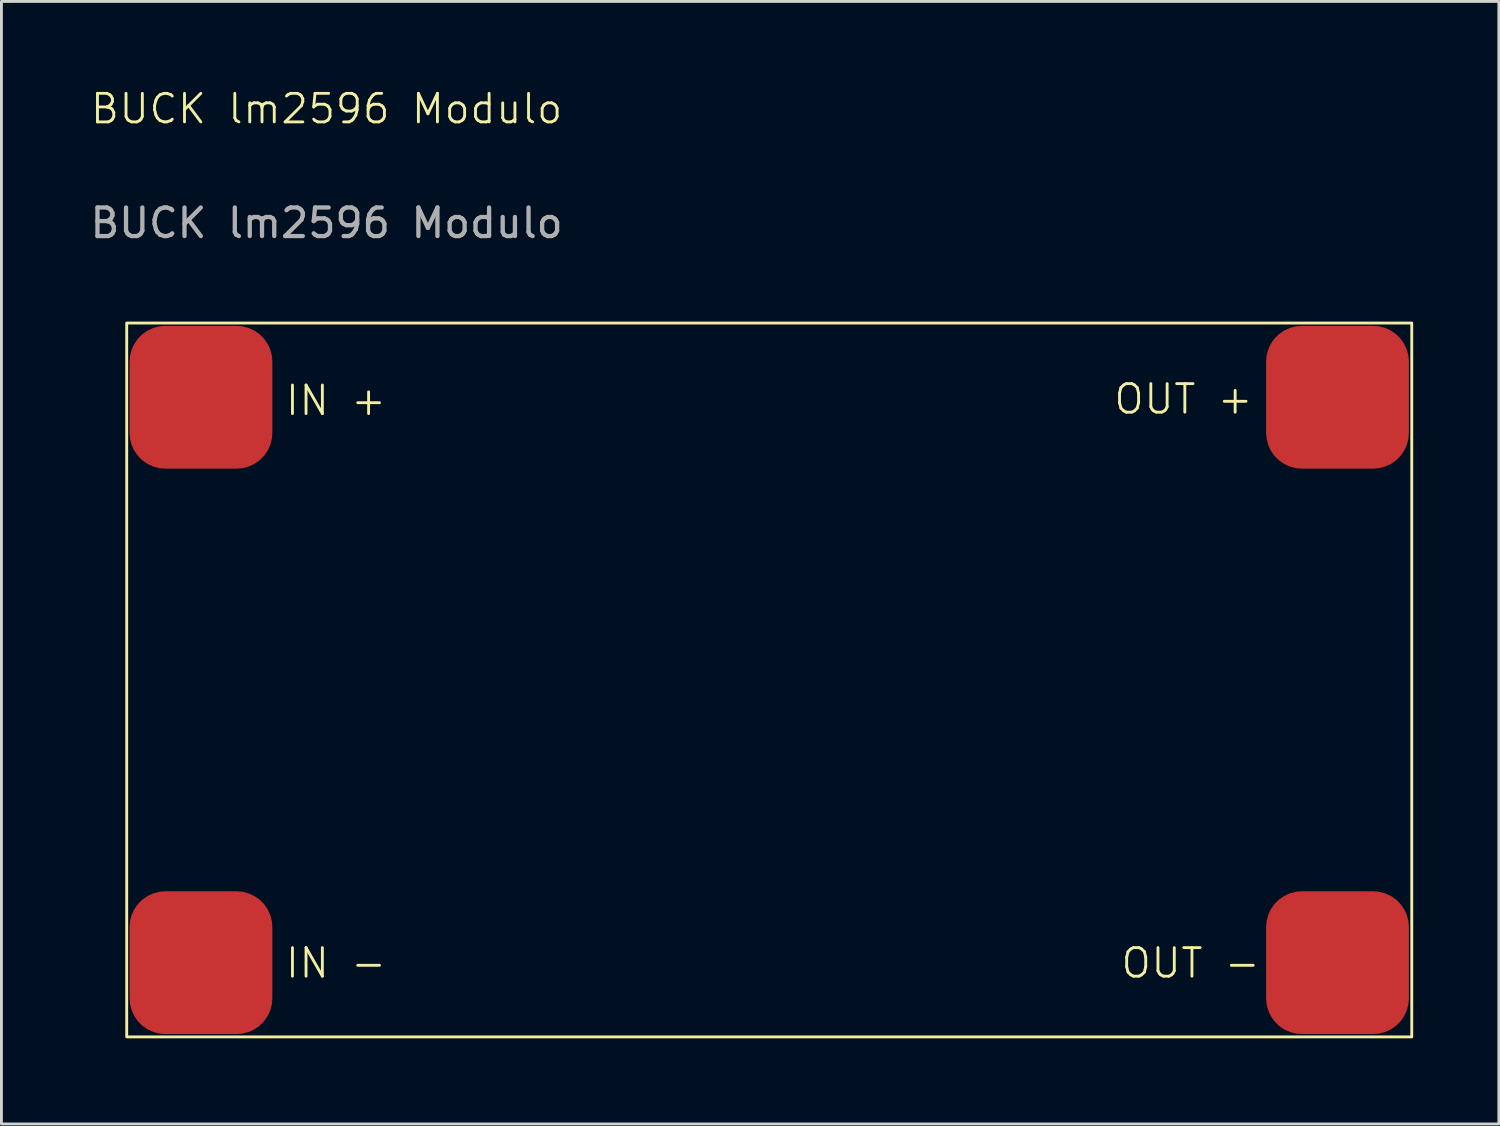
<source format=kicad_pcb>
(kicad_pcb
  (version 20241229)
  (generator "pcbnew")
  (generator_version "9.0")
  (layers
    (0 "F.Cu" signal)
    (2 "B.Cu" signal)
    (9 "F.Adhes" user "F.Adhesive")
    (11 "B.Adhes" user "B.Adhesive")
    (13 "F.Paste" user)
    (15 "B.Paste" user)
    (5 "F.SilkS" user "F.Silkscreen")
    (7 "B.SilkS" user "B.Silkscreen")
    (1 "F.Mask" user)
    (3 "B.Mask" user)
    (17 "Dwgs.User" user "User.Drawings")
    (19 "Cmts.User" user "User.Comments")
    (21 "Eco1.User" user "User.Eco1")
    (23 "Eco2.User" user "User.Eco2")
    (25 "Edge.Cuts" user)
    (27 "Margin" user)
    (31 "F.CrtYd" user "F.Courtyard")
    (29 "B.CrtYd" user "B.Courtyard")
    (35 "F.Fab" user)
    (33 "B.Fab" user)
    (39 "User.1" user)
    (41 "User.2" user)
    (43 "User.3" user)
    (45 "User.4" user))
  (footprint "BUCK lm2596 Modulo"
    (layer "F.Cu")
    (at 24.387 20.761)
    (property "Reference" "BUCK lm2596 Modulo" (at -16 -20 0) (unlocked yes) (layer "F.SilkS") (effects (font (size 1 1) (thickness 0.1))))
    (attr smd)
    (fp_rect (start -23 -12.5) (end 22 12.5) (stroke (width 0.1) (type default)) (fill no) (layer "F.SilkS"))
    (fp_text user "IN +" (at -17.5 -9.2 0) (unlocked yes) (layer "F.SilkS") (effects (font (size 1 1) (thickness 0.1)) (justify left bottom)))
    (fp_text user "OUT -" (at 16.75 10.5 0) (unlocked yes) (layer "F.SilkS") (effects (font (size 1 1) (thickness 0.1)) (justify right bottom)))
    (fp_text user "OUT +" (at 16.5 -9.25 0) (unlocked yes) (layer "F.SilkS") (effects (font (size 1 1) (thickness 0.1)) (justify right bottom)))
    (fp_text user "IN -" (at -17.5 10.5 0) (unlocked yes) (layer "F.SilkS") (effects (font (size 1 1) (thickness 0.1)) (justify left bottom)))
    (fp_text user "${REFERENCE}" (at -16 -16 0) (unlocked yes) (layer "F.Fab") (effects (font (size 1 1) (thickness 0.15))))
    (pad "1" smd roundrect (at -20.4 -9.9) (size 5 5) (layers "F.Cu" "F.Mask" "F.Paste") (roundrect_rratio 0.25))
    (pad "2" smd roundrect (at -20.4 9.9) (size 5 5) (layers "F.Cu" "F.Mask" "F.Paste") (roundrect_rratio 0.25))
    (pad "3" smd roundrect (at 19.4 -9.9) (size 5 5) (layers "F.Cu" "F.Mask" "F.Paste") (roundrect_rratio 0.25))
    (pad "4" smd roundrect (at 19.4 9.9) (size 5 5) (layers "F.Cu" "F.Mask" "F.Paste") (roundrect_rratio 0.25)))
  (gr_rect
    (start -3 -3)
    (end 49.437 36.31)
    (stroke (width 0.1) (type default))
    (fill no)
    (layer "Edge.Cuts")))
</source>
